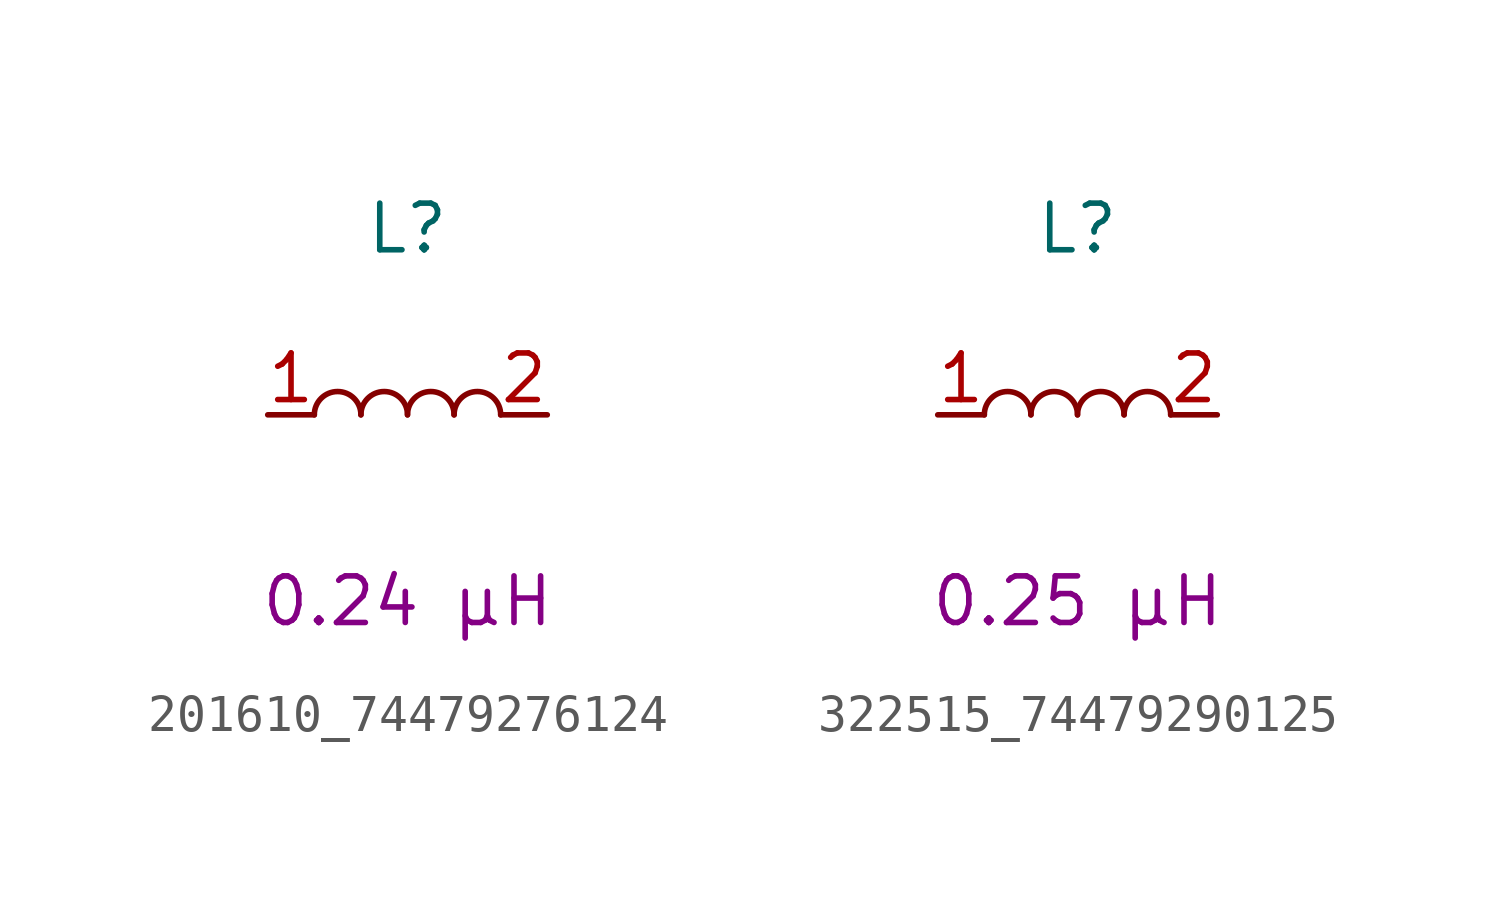
<source format=kicad_sym>
(kicad_symbol_lib
  (version 20220914)
  (generator kicad_symbol_editor)
  (symbol "201610_74479276124"
    (pin_names hide)
    (property "Reference" "L"
      (at 0 5.08 0)
      (effects (font (size 1.27 1.27))))
    (property "Critical Parameter" "0.24 µH"
      (at 0 -5.08 0)
      (effects (font (size 1.27 1.27))))
    (symbol "201610_74479276124_0_1"
      (arc (start -1.27 0) (mid -1.905 0.6323) (end -2.54 0) (stroke (width 0) (type default)) (fill (type none)))
      (arc (start 0 0) (mid -0.635 0.6323) (end -1.27 0) (stroke (width 0) (type default)) (fill (type none)))
      (arc (start 1.27 0) (mid 0.635 0.6323) (end 0 0) (stroke (width 0) (type default)) (fill (type none)))
      (arc (start 2.54 0) (mid 1.905 0.6323) (end 1.27 0) (stroke (width 0) (type default)) (fill (type none))))
    (symbol "201610_74479276124_1_1"
      (pin passive line (at -3.81 0 0) (length 1.27) (name "1" (effects (font (size 1.27 1.27)))) (number "1" (effects (font (size 1.27 1.27)))))
      (pin passive line (at 3.81 0 180) (length 1.27) (name "2" (effects (font (size 1.27 1.27)))) (number "2" (effects (font (size 1.27 1.27)))))))
  (symbol "322515_74479290125"
    (pin_names hide)
    (property "Reference" "L"
      (at 0 5.08 0)
      (effects (font (size 1.27 1.27))))
    (property "Critical Parameter" "0.25 µH"
      (at 0 -5.08 0)
      (effects (font (size 1.27 1.27))))
    (symbol "322515_74479290125_0_1"
      (arc (start -1.27 0) (mid -1.905 0.6323) (end -2.54 0) (stroke (width 0) (type default)) (fill (type none)))
      (arc (start 0 0) (mid -0.635 0.6323) (end -1.27 0) (stroke (width 0) (type default)) (fill (type none)))
      (arc (start 1.27 0) (mid 0.635 0.6323) (end 0 0) (stroke (width 0) (type default)) (fill (type none)))
      (arc (start 2.54 0) (mid 1.905 0.6323) (end 1.27 0) (stroke (width 0) (type default)) (fill (type none))))
    (symbol "322515_74479290125_1_1"
      (pin passive line (at -3.81 0 0) (length 1.27) (name "1" (effects (font (size 1.27 1.27)))) (number "1" (effects (font (size 1.27 1.27)))))
      (pin passive line (at 3.81 0 180) (length 1.27) (name "2" (effects (font (size 1.27 1.27)))) (number "2" (effects (font (size 1.27 1.27))))))))
</source>
